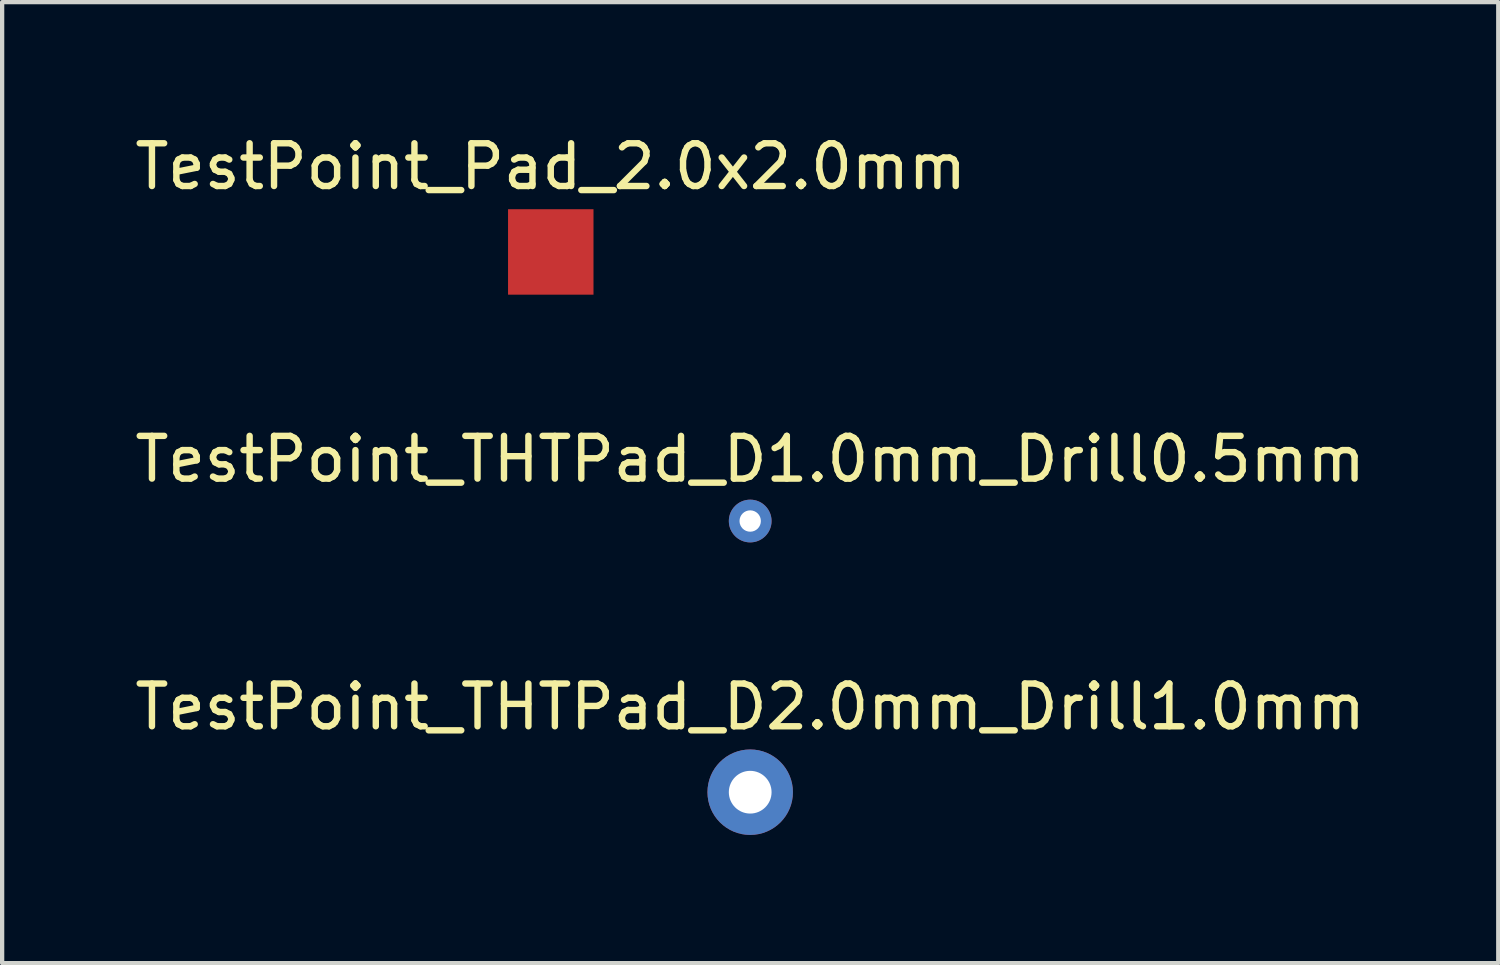
<source format=kicad_pcb>
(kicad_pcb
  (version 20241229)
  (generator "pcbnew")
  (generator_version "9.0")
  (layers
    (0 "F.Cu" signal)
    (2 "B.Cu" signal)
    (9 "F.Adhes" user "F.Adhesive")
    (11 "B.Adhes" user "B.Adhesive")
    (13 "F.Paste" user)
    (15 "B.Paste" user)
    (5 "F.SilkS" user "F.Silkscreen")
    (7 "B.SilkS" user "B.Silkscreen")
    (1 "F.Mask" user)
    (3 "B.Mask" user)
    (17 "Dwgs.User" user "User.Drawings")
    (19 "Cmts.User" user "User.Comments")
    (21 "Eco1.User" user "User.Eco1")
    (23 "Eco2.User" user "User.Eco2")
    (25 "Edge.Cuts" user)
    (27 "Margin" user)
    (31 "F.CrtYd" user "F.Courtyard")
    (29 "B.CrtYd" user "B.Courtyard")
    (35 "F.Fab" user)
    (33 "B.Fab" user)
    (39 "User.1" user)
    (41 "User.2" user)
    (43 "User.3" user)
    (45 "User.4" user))
  (footprint "TestPoint_THTPad_D2.0mm_Drill1.0mm"
    (layer "F.Cu")
    (at 14.506 15.489)
    (property "Reference" "TestPoint_THTPad_D2.0mm_Drill1.0mm" (at 0 -1.998 0) (layer "F.SilkS") (effects (font (size 1 1) (thickness 0.15))))
    (attr exclude_from_pos_files exclude_from_bom allow_missing_courtyard)
    (pad "1" thru_hole circle (at 0 0) (size 2 2) (drill 1) (layers "*.Cu" "F.Mask") (remove_unused_layers yes) (keep_end_layers yes) (zone_layer_connections)))
  (footprint "TestPoint_Pad_2.0x2.0mm"
    (layer "F.Cu")
    (at 9.839 2.846)
    (property "Reference" "TestPoint_Pad_2.0x2.0mm" (at 0 -1.998 0) (layer "F.SilkS") (effects (font (size 1 1) (thickness 0.15))))
    (attr exclude_from_pos_files exclude_from_bom allow_missing_courtyard)
    (pad "1" smd rect (at 0 0) (size 2 2) (layers "F.Cu" "F.Mask")))
  (footprint "TestPoint_THTPad_D1.0mm_Drill0.5mm"
    (layer "F.Cu")
    (at 14.506 9.143)
    (property "Reference" "TestPoint_THTPad_D1.0mm_Drill0.5mm" (at 0 -1.448 0) (layer "F.SilkS") (effects (font (size 1 1) (thickness 0.15))))
    (attr exclude_from_pos_files exclude_from_bom allow_missing_courtyard)
    (pad "1" thru_hole circle (at 0 0) (size 1 1) (drill 0.5) (layers "*.Cu" "F.Mask") (remove_unused_layers yes) (keep_end_layers yes) (zone_layer_connections)))
  (gr_rect
    (start -3 -3)
    (end 32.012 19.489)
    (stroke (width 0.1) (type default))
    (fill no)
    (layer "Edge.Cuts")))
</source>
